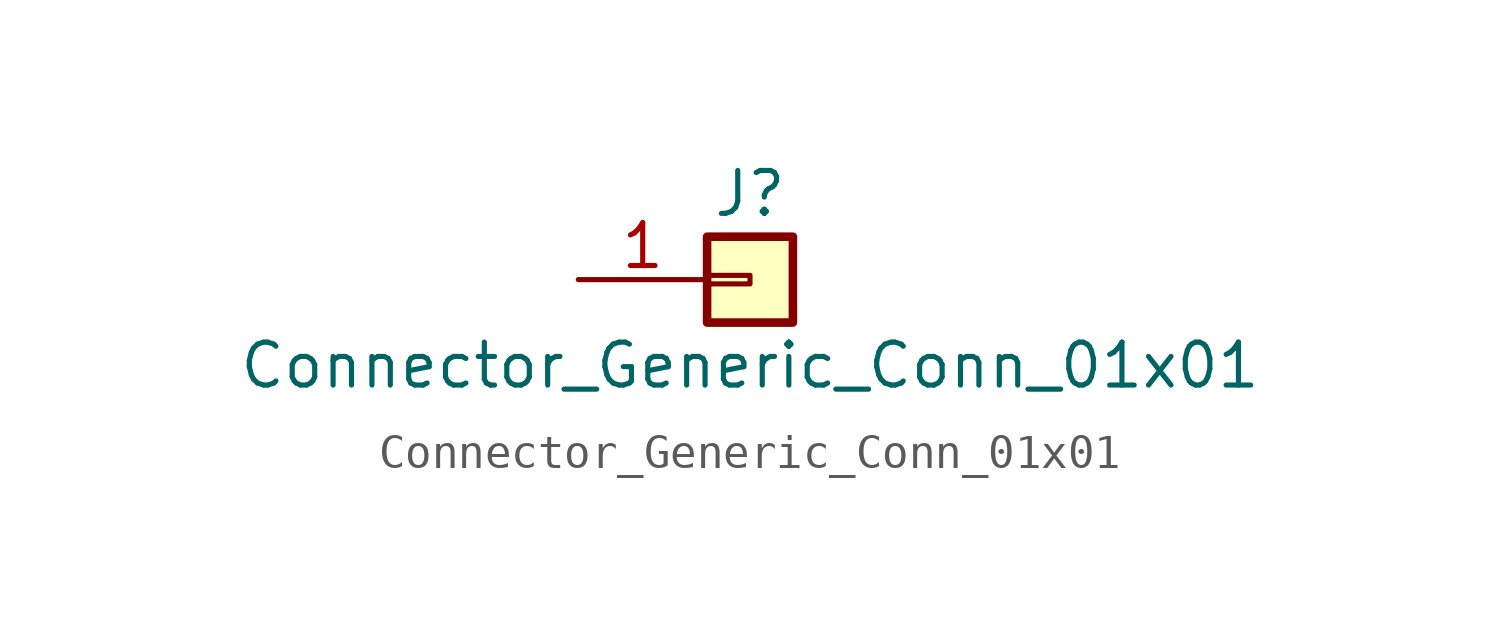
<source format=kicad_sym>
(kicad_symbol_lib
  (version 20231120)
  (generator "kicad_symbol_editor")
  (generator_version "8.0")
  (symbol "Connector_Generic_Conn_01x01"
    (pin_names
      (offset 1.016) hide)
    (property "Reference" "J"
      (at 0 2.54 0)
      (effects (font (size 1.27 1.27))))
    (property "Value" "Connector_Generic_Conn_01x01"
      (at 0 -2.54 0)
      (effects (font (size 1.27 1.27))))
    (symbol "Connector_Generic_Conn_01x01_1_1"
      (rectangle (start -1.27 0.127) (end 0 -0.127) (stroke (width 0.152) (type solid)) (fill (type none)))
      (rectangle (start -1.27 1.27) (end 1.27 -1.27) (stroke (width 0.254) (type solid)) (fill (type background)))
      (pin passive line (at -5.08 0 0) (length 3.81) (name "Pin_1" (effects (font (size 1.27 1.27)))) (number "1" (effects (font (size 1.27 1.27))))))))
</source>
